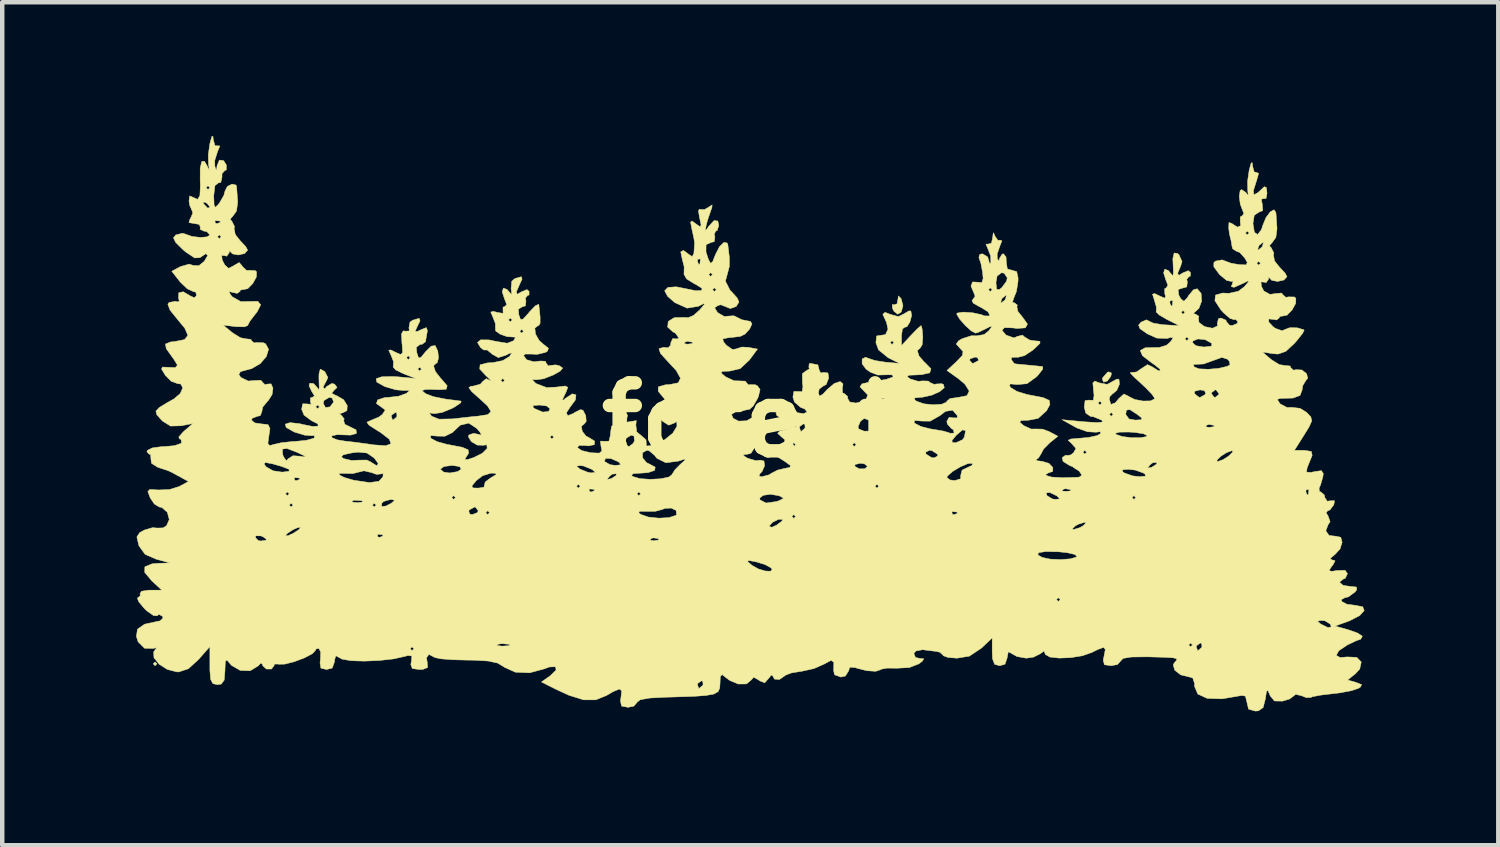
<source format=kicad_pcb>
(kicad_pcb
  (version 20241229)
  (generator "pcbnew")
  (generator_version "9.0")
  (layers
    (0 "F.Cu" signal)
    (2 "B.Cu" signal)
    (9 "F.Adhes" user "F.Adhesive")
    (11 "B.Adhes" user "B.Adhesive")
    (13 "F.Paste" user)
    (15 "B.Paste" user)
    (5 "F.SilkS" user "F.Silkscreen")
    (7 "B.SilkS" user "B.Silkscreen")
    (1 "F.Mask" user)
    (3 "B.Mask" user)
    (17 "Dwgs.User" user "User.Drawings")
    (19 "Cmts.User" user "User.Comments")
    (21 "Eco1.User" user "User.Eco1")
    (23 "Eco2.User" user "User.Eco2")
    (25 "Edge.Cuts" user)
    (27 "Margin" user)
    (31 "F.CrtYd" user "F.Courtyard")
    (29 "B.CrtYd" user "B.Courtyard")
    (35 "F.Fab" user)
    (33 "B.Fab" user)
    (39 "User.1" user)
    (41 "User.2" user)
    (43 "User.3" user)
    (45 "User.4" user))
  (footprint "forest"
    (layer "F.Cu")
    (at 13.759 6.361)
    (property "Reference" "forest" (at 0 0 0) (layer "F.SilkS") (effects (font (size 1.524 1.524) (thickness 0.3))))
    (attr through_hole)
    (fp_poly (pts (xy -13.293 5.461) (xy -13.335 5.503) (xy -13.377 5.461) (xy -13.335 5.419) (xy -13.293 5.461)) (stroke (width 0.01) (type solid)) (fill yes) (layer "F.SilkS"))
    (fp_poly (pts (xy 8.091 -1.055) (xy 8.077 -0.981) (xy 7.998 -0.874) (xy 7.914 -0.85) (xy 7.886 -0.919) (xy 7.893 -0.947) (xy 7.997 -1.067) (xy 8.028 -1.081) (xy 8.091 -1.055)) (stroke (width 0.01) (type solid)) (fill yes) (layer "F.SilkS"))
    (fp_poly (pts (xy 3.377 -2.722) (xy 3.38 -2.717) (xy 3.42 -2.561) (xy 3.381 -2.42) (xy 3.302 -2.371) (xy 3.218 -2.438) (xy 3.185 -2.502) (xy 3.179 -2.589) (xy 3.218 -2.582) (xy 3.288 -2.605) (xy 3.303 -2.683) (xy 3.319 -2.782) (xy 3.377 -2.722)) (stroke (width 0.01) (type solid)) (fill yes) (layer "F.SilkS"))
    (fp_poly (pts (xy -12.038 -6.355) (xy -12.031 -6.282) (xy -11.993 -6.147) (xy -11.93 -6.144) (xy -11.883 -6.141) (xy -11.935 -6.017) (xy -11.998 -5.816) (xy -11.996 -5.689) (xy -11.964 -5.592) (xy -11.95 -5.662) (xy -11.948 -5.694) (xy -11.895 -5.825) (xy -11.8 -5.813) (xy -11.738 -5.715) (xy -11.738 -5.606) (xy -11.775 -5.588) (xy -11.836 -5.52) (xy -11.836 -5.44) (xy -11.862 -5.326) (xy -11.917 -5.313) (xy -11.994 -5.253) (xy -12.02 -5.034) (xy -12.02 -5.016) (xy -12.013 -4.818) (xy -11.984 -4.766) (xy -11.913 -4.837) (xy -11.893 -4.863) (xy -11.795 -5.031) (xy -11.769 -5.129) (xy -11.717 -5.233) (xy -11.61 -5.287) (xy -11.521 -5.265) (xy -11.508 -5.226) (xy -11.497 -5.068) (xy -11.484 -4.884) (xy -11.51 -4.684) (xy -11.586 -4.578) (xy -11.653 -4.498) (xy -11.614 -4.454) (xy -11.555 -4.337) (xy -11.564 -4.289) (xy -11.538 -4.158) (xy -11.433 -4.024) (xy -11.306 -3.889) (xy -11.261 -3.807) (xy -11.329 -3.731) (xy -11.473 -3.699) (xy -11.602 -3.724) (xy -11.631 -3.755) (xy -11.668 -3.794) (xy -11.677 -3.742) (xy -11.731 -3.671) (xy -11.769 -3.683) (xy -11.843 -3.689) (xy -11.831 -3.587) (xy -11.774 -3.477) (xy -11.688 -3.399) (xy -11.571 -3.459) (xy -11.564 -3.465) (xy -11.451 -3.53) (xy -11.387 -3.458) (xy -11.382 -3.444) (xy -11.284 -3.352) (xy -11.22 -3.355) (xy -11.091 -3.349) (xy -11.061 -3.322) (xy -11.066 -3.205) (xy -11.147 -3.058) (xy -11.259 -2.944) (xy -11.351 -2.925) (xy -11.425 -2.914) (xy -11.43 -2.886) (xy -11.494 -2.839) (xy -11.578 -2.855) (xy -11.677 -2.881) (xy -11.65 -2.818) (xy -11.608 -2.764) (xy -11.414 -2.654) (xy -11.248 -2.657) (xy -11.034 -2.661) (xy -10.968 -2.582) (xy -11.05 -2.422) (xy -11.093 -2.369) (xy -11.212 -2.214) (xy -11.261 -2.118) (xy -11.334 -2.089) (xy -11.513 -2.092) (xy -11.536 -2.095) (xy -11.811 -2.128) (xy -11.599 -1.955) (xy -11.422 -1.845) (xy -11.286 -1.818) (xy -11.282 -1.819) (xy -11.186 -1.808) (xy -11.176 -1.778) (xy -11.115 -1.729) (xy -11.07 -1.737) (xy -10.908 -1.732) (xy -10.859 -1.709) (xy -10.792 -1.587) (xy -10.842 -1.424) (xy -10.978 -1.265) (xy -11.172 -1.152) (xy -11.242 -1.134) (xy -11.421 -1.086) (xy -11.458 -1.023) (xy -11.417 -0.958) (xy -11.248 -0.875) (xy -11.119 -0.885) (xy -10.965 -0.892) (xy -10.922 -0.843) (xy -10.87 -0.791) (xy -10.837 -0.805) (xy -10.737 -0.812) (xy -10.694 -0.716) (xy -10.713 -0.573) (xy -10.796 -0.44) (xy -10.809 -0.43) (xy -10.924 -0.29) (xy -10.943 -0.189) (xy -10.978 -0.099) (xy -11.042 -0.085) (xy -11.159 -0.041) (xy -11.176 0) (xy -11.103 0.063) (xy -10.954 0.085) (xy -10.804 0.102) (xy -10.761 0.187) (xy -10.784 0.348) (xy -10.808 0.523) (xy -10.767 0.572) (xy -10.689 0.549) (xy -10.511 0.508) (xy -10.256 0.48) (xy -10.188 0.477) (xy -9.951 0.454) (xy -9.789 0.41) (xy -9.765 0.394) (xy -9.765 0.347) (xy -9.821 0.35) (xy -9.981 0.338) (xy -10.203 0.272) (xy -10.229 0.261) (xy -10.398 0.164) (xy -10.418 0.091) (xy -10.312 0.057) (xy -10.099 0.08) (xy -10.015 0.101) (xy -9.798 0.143) (xy -9.682 0.134) (xy -9.688 0.085) (xy -9.833 0.012) (xy -9.998 -0.112) (xy -10.051 -0.24) (xy -10.041 -0.296) (xy -9.737 -0.296) (xy -9.694 -0.254) (xy -9.652 -0.296) (xy -9.694 -0.339) (xy -9.737 -0.296) (xy -10.041 -0.296) (xy -10.028 -0.365) (xy -9.929 -0.362) (xy -9.838 -0.353) (xy -9.844 -0.374) (xy -9.567 -0.374) (xy -9.518 -0.281) (xy -9.416 -0.296) (xy -9.333 -0.407) (xy -9.37 -0.494) (xy -9.433 -0.508) (xy -9.55 -0.44) (xy -9.567 -0.374) (xy -9.844 -0.374) (xy -9.855 -0.409) (xy -9.855 -0.497) (xy -9.816 -0.508) (xy -9.763 -0.541) (xy -9.823 -0.637) (xy -9.885 -0.768) (xy -9.871 -0.825) (xy -9.783 -0.818) (xy -9.729 -0.76) (xy -9.663 -0.678) (xy -9.657 -0.744) (xy -9.659 -0.762) (xy -9.665 -0.96) (xy -9.662 -1.041) (xy -9.634 -1.142) (xy -9.546 -1.095) (xy -9.532 -1.083) (xy -9.463 -0.954) (xy -9.49 -0.893) (xy -9.562 -0.757) (xy -9.566 -0.724) (xy -9.531 -0.703) (xy -9.491 -0.752) (xy -9.375 -0.821) (xy -9.314 -0.805) (xy -9.258 -0.731) (xy -9.325 -0.667) (xy -9.379 -0.601) (xy -9.279 -0.549) (xy -9.258 -0.543) (xy -9.11 -0.455) (xy -9.03 -0.326) (xy -9.037 -0.21) (xy -9.131 -0.163) (xy -9.207 -0.141) (xy -9.165 -0.113) (xy -9.098 -0.027) (xy -9.11 0.013) (xy -9.083 0.095) (xy -8.983 0.143) (xy -8.832 0.219) (xy -8.824 0.3) (xy -8.956 0.337) (xy -8.996 0.335) (xy -9.259 0.327) (xy -9.379 0.355) (xy -9.37 0.395) (xy -9.252 0.443) (xy -9.081 0.471) (xy -8.852 0.497) (xy -8.555 0.537) (xy -8.445 0.554) (xy -8.17 0.574) (xy -8.05 0.531) (xy -8.087 0.43) (xy -8.13 0.396) (xy -7.165 0.396) (xy -7.153 0.41) (xy -7.018 0.482) (xy -6.793 0.545) (xy -6.729 0.556) (xy -6.453 0.609) (xy -6.321 0.666) (xy -6.31 0.743) (xy -6.355 0.811) (xy -6.399 0.883) (xy -6.329 0.882) (xy -6.197 0.84) (xy -6.004 0.743) (xy -5.896 0.635) (xy -5.895 0.633) (xy -5.904 0.553) (xy -5.974 0.564) (xy -6.117 0.56) (xy -6.252 0.481) (xy -6.311 0.381) (xy -4.487 0.381) (xy -4.445 0.423) (xy -4.403 0.381) (xy -4.445 0.339) (xy -4.487 0.381) (xy -6.311 0.381) (xy -6.315 0.374) (xy -6.304 0.333) (xy -6.199 0.297) (xy -6.114 0.314) (xy -6.025 0.337) (xy -6.048 0.282) (xy -6.128 0.186) (xy -6.307 0.068) (xy -6.498 0.114) (xy -6.675 0.28) (xy -6.842 0.362) (xy -7.007 0.359) (xy -7.159 0.347) (xy -7.165 0.396) (xy -8.13 0.396) (xy -8.284 0.277) (xy -8.36 0.231) (xy -8.543 0.113) (xy -8.589 0.047) (xy -8.514 0.013) (xy -8.317 -0.07) (xy -8.298 -0.085) (xy -8.043 -0.085) (xy -8.014 -0.002) (xy -8.006 0) (xy -7.934 -0.059) (xy -7.916 -0.085) (xy -7.923 -0.163) (xy -7.954 -0.169) (xy -8.04 -0.108) (xy -8.043 -0.085) (xy -8.298 -0.085) (xy -8.242 -0.128) (xy -8.178 -0.226) (xy -8.257 -0.285) (xy -8.376 -0.371) (xy -8.348 -0.453) (xy -8.192 -0.504) (xy -8.107 -0.509) (xy -7.874 -0.536) (xy -7.705 -0.598) (xy -7.633 -0.661) (xy -7.713 -0.666) (xy -7.747 -0.662) (xy -7.939 -0.678) (xy -8.179 -0.748) (xy -8.197 -0.755) (xy -8.368 -0.852) (xy -8.382 -0.927) (xy -8.253 -0.971) (xy -7.992 -0.976) (xy -7.879 -0.968) (xy -7.493 -0.932) (xy -7.773 -1.04) (xy -7.943 -1.123) (xy -7.961 -1.143) (xy -7.451 -1.143) (xy -7.408 -1.101) (xy -7.366 -1.143) (xy -7.408 -1.185) (xy -7.451 -1.143) (xy -7.961 -1.143) (xy -8.004 -1.192) (xy -7.999 -1.201) (xy -7.993 -1.308) (xy -8.027 -1.397) (xy -7.705 -1.397) (xy -7.662 -1.355) (xy -7.62 -1.397) (xy -7.662 -1.439) (xy -7.705 -1.397) (xy -8.027 -1.397) (xy -8.043 -1.438) (xy -8.101 -1.566) (xy -8.052 -1.571) (xy -7.955 -1.522) (xy -7.834 -1.469) (xy -7.79 -1.51) (xy -7.799 -1.679) (xy -7.805 -1.73) (xy -7.815 -1.932) (xy -7.773 -2) (xy -7.721 -1.991) (xy -7.637 -1.998) (xy -7.648 -2.066) (xy -7.624 -2.195) (xy -7.565 -2.237) (xy -7.417 -2.28) (xy -7.399 -2.224) (xy -7.454 -2.11) (xy -7.509 -1.988) (xy -7.455 -1.987) (xy -7.38 -2.024) (xy -7.257 -2.072) (xy -7.234 -2.005) (xy -7.24 -1.967) (xy -7.268 -1.806) (xy -7.275 -1.757) (xy -7.35 -1.699) (xy -7.4 -1.693) (xy -7.483 -1.632) (xy -7.472 -1.513) (xy -7.433 -1.394) (xy -7.381 -1.401) (xy -7.274 -1.533) (xy -7.15 -1.655) (xy -7.06 -1.67) (xy -7.06 -1.669) (xy -7.001 -1.546) (xy -6.985 -1.39) (xy -7.016 -1.282) (xy -7.041 -1.27) (xy -7.096 -1.216) (xy -7.054 -1.086) (xy -6.934 -0.933) (xy -6.921 -0.921) (xy -6.791 -0.769) (xy -6.812 -0.691) (xy -6.964 -0.681) (xy -7.176 -0.688) (xy -7.281 -0.684) (xy -7.358 -0.661) (xy -7.286 -0.601) (xy -7.268 -0.59) (xy -7.1 -0.525) (xy -6.823 -0.47) (xy -6.477 -0.425) (xy -6.488 -0.386) (xy -6.617 -0.298) (xy -6.686 -0.26) (xy -6.907 -0.17) (xy -7.083 -0.144) (xy -7.109 -0.149) (xy -7.191 -0.162) (xy -7.141 -0.088) (xy -6.976 -0.021) (xy -6.665 -0.027) (xy -6.633 -0.031) (xy -6.364 -0.062) (xy -6.154 -0.084) (xy -6.096 -0.089) (xy -5.879 -0.123) (xy -5.81 -0.193) (xy -5.889 -0.319) (xy -5.895 -0.325) (xy -4.868 -0.325) (xy -4.864 -0.281) (xy -4.826 -0.254) (xy -4.647 -0.179) (xy -4.518 -0.193) (xy -4.487 -0.254) (xy -4.56 -0.315) (xy -4.72 -0.337) (xy -4.868 -0.325) (xy -5.895 -0.325) (xy -6.054 -0.471) (xy -6.241 -0.638) (xy -6.306 -0.725) (xy -6.264 -0.758) (xy -6.209 -0.761) (xy -6.047 -0.805) (xy -5.99 -0.868) (xy -5.915 -0.928) (xy -5.831 -0.889) (xy -5.801 -0.879) (xy -5.812 -0.889) (xy -5.588 -0.889) (xy -5.546 -0.847) (xy -5.503 -0.889) (xy -5.546 -0.931) (xy -5.588 -0.889) (xy -5.812 -0.889) (xy -5.884 -0.96) (xy -5.919 -0.991) (xy -6.062 -1.145) (xy -6.054 -1.238) (xy -5.89 -1.281) (xy -5.766 -1.288) (xy -5.545 -1.333) (xy -5.397 -1.424) (xy -5.339 -1.507) (xy -5.399 -1.493) (xy -5.476 -1.453) (xy -5.645 -1.4) (xy -5.782 -1.476) (xy -5.794 -1.488) (xy -5.897 -1.572) (xy -5.927 -1.569) (xy -5.976 -1.573) (xy -6.044 -1.626) (xy -6.112 -1.738) (xy -6.04 -1.798) (xy -5.851 -1.796) (xy -5.694 -1.762) (xy -5.445 -1.722) (xy -5.303 -1.777) (xy -5.261 -1.853) (xy -5.292 -1.86) (xy -5.447 -1.869) (xy -5.607 -1.926) (xy -5.693 -1.99) (xy -5.165 -1.99) (xy -5.122 -1.947) (xy -5.08 -1.99) (xy -5.122 -2.032) (xy -5.165 -1.99) (xy -5.693 -1.99) (xy -5.707 -2) (xy -5.71 -2.04) (xy -5.711 -2.163) (xy -5.742 -2.244) (xy -5.419 -2.244) (xy -5.376 -2.201) (xy -5.334 -2.244) (xy -5.376 -2.286) (xy -5.419 -2.244) (xy -5.742 -2.244) (xy -5.761 -2.292) (xy -5.815 -2.42) (xy -5.754 -2.436) (xy -5.669 -2.412) (xy -5.538 -2.391) (xy -5.54 -2.446) (xy -5.54 -2.531) (xy -5.505 -2.54) (xy -5.456 -2.585) (xy -5.507 -2.717) (xy -5.559 -2.876) (xy -5.53 -2.958) (xy -5.446 -2.924) (xy -5.407 -2.876) (xy -5.348 -2.813) (xy -5.351 -2.897) (xy -5.36 -2.937) (xy -5.344 -3.111) (xy -5.275 -3.17) (xy -5.129 -3.212) (xy -5.113 -3.156) (xy -5.162 -3.054) (xy -5.241 -2.873) (xy -5.221 -2.817) (xy -5.13 -2.872) (xy -5.004 -2.924) (xy -4.956 -2.883) (xy -4.957 -2.802) (xy -4.988 -2.794) (xy -5.039 -2.732) (xy -5.026 -2.667) (xy -5.039 -2.558) (xy -5.105 -2.54) (xy -5.196 -2.485) (xy -5.187 -2.363) (xy -5.149 -2.256) (xy -5.092 -2.261) (xy -4.977 -2.386) (xy -4.944 -2.427) (xy -4.816 -2.56) (xy -4.743 -2.594) (xy -4.737 -2.582) (xy -4.709 -2.311) (xy -4.709 -2.17) (xy -4.738 -2.12) (xy -4.755 -2.117) (xy -4.827 -2.059) (xy -4.812 -1.927) (xy -4.728 -1.78) (xy -4.642 -1.704) (xy -4.522 -1.611) (xy -4.543 -1.546) (xy -4.588 -1.517) (xy -4.775 -1.472) (xy -4.899 -1.479) (xy -5.041 -1.48) (xy -5.08 -1.444) (xy -5.009 -1.351) (xy -4.85 -1.306) (xy -4.699 -1.324) (xy -4.59 -1.318) (xy -4.572 -1.274) (xy -4.525 -1.212) (xy -4.495 -1.223) (xy -4.358 -1.237) (xy -4.272 -1.215) (xy -4.203 -1.165) (xy -4.26 -1.097) (xy -4.41 -1.012) (xy -4.629 -0.926) (xy -4.803 -0.902) (xy -4.823 -0.906) (xy -4.888 -0.909) (xy -4.813 -0.83) (xy -4.798 -0.818) (xy -4.561 -0.728) (xy -4.343 -0.739) (xy -4.149 -0.764) (xy -4.088 -0.734) (xy -4.13 -0.623) (xy -4.149 -0.584) (xy -4.211 -0.452) (xy -4.186 -0.448) (xy -4.142 -0.487) (xy -3.986 -0.588) (xy -3.905 -0.564) (xy -3.919 -0.45) (xy -4.032 -0.298) (xy -4.121 -0.162) (xy -4.089 -0.099) (xy -3.962 -0.149) (xy -3.937 -0.169) (xy -3.806 -0.234) (xy -3.749 -0.221) (xy -3.687 -0.102) (xy -3.676 0.028) (xy -3.719 0.085) (xy -3.785 0.138) (xy -3.764 0.253) (xy -3.678 0.36) (xy -3.627 0.385) (xy -3.487 0.47) (xy -3.494 0.551) (xy -3.632 0.579) (xy -3.686 0.571) (xy -3.838 0.568) (xy -3.873 0.616) (xy -3.778 0.683) (xy -3.585 0.729) (xy -3.568 0.732) (xy -3.383 0.74) (xy -3.325 0.69) (xy -3.344 0.593) (xy -3.349 0.55) (xy -3.048 0.55) (xy -3.006 0.593) (xy -2.963 0.55) (xy -3.006 0.508) (xy -3.048 0.55) (xy -3.349 0.55) (xy -3.359 0.472) (xy -3.272 0.473) (xy -3.265 0.475) (xy -3.167 0.472) (xy -3.165 0.466) (xy -2.794 0.466) (xy -2.753 0.578) (xy -2.718 0.593) (xy -2.626 0.525) (xy -2.594 0.466) (xy -2.607 0.356) (xy -2.67 0.339) (xy -2.78 0.406) (xy -2.794 0.466) (xy -3.165 0.466) (xy -3.144 0.381) (xy -2.963 0.381) (xy -2.921 0.423) (xy -2.879 0.381) (xy -2.921 0.339) (xy -2.963 0.381) (xy -3.144 0.381) (xy -3.133 0.337) (xy -3.133 0.296) (xy -3.108 0.134) (xy -3.022 0.11) (xy -3.004 0.116) (xy -2.92 0.129) (xy -2.942 0.042) (xy -2.97 -0.012) (xy -3.021 -0.135) (xy -2.972 -0.133) (xy -2.972 -0.132) (xy -2.888 -0.134) (xy -2.879 -0.169) (xy -2.828 -0.226) (xy -2.798 -0.214) (xy -2.752 -0.104) (xy -2.765 -0.039) (xy -2.766 0.047) (xy -2.662 0.029) (xy -2.554 0.012) (xy -2.564 0.109) (xy -2.564 0.111) (xy -2.546 0.264) (xy -2.45 0.342) (xy -2.337 0.442) (xy -2.331 0.512) (xy -2.329 0.58) (xy -2.214 0.572) (xy -2.022 0.495) (xy -1.913 0.436) (xy -1.736 0.292) (xy -1.645 0.142) (xy -1.643 0.134) (xy -1.648 0.033) (xy -1.715 0.072) (xy -1.829 0.114) (xy -1.963 0.028) (xy -2.098 -0.131) (xy -2.077 -0.225) (xy -1.909 -0.254) (xy -1.701 -0.254) (xy -1.918 -0.471) (xy -2.063 -0.645) (xy -2.061 -0.745) (xy -1.904 -0.79) (xy -1.808 -0.796) (xy -1.613 -0.835) (xy -1.564 -0.938) (xy -1.661 -1.112) (xy -1.836 -1.3) (xy -2.012 -1.493) (xy -2.047 -1.6) (xy -1.943 -1.63) (xy -1.841 -1.619) (xy -1.786 -1.678) (xy -1.781 -1.714) (xy -1.487 -1.714) (xy -1.404 -1.7) (xy -1.294 -1.716) (xy -1.293 -1.744) (xy -1.406 -1.765) (xy -1.455 -1.751) (xy -1.487 -1.714) (xy -1.781 -1.714) (xy -1.778 -1.741) (xy -1.737 -1.828) (xy -1.693 -1.82) (xy -1.615 -1.822) (xy -1.609 -1.849) (xy -1.676 -1.946) (xy -1.736 -1.978) (xy -1.852 -2.083) (xy -1.839 -2.21) (xy -1.711 -2.291) (xy -1.672 -2.296) (xy -1.479 -2.3) (xy -1.389 -2.295) (xy -1.271 -2.345) (xy -1.135 -2.467) (xy -1.028 -2.593) (xy -1.04 -2.611) (xy -1.164 -2.549) (xy -1.415 -2.508) (xy -1.691 -2.632) (xy -1.853 -2.773) (xy -1.919 -2.897) (xy -1.847 -2.972) (xy -1.663 -2.986) (xy -1.466 -2.948) (xy -1.222 -2.898) (xy -1.088 -2.903) (xy -1.086 -2.921) (xy -0.847 -2.921) (xy -0.804 -2.879) (xy -0.762 -2.921) (xy -0.804 -2.963) (xy -0.847 -2.921) (xy -1.086 -2.921) (xy -1.083 -2.953) (xy -1.225 -3.041) (xy -1.253 -3.054) (xy -1.428 -3.163) (xy -1.482 -3.26) (xy -0.931 -3.26) (xy -0.889 -3.217) (xy -0.847 -3.26) (xy -0.889 -3.302) (xy -0.931 -3.26) (xy -1.482 -3.26) (xy -1.488 -3.27) (xy -1.485 -3.281) (xy -1.482 -3.436) (xy -1.513 -3.556) (xy -1.185 -3.556) (xy -1.154 -3.486) (xy -1.129 -3.5) (xy -1.119 -3.6) (xy -1.129 -3.612) (xy -1.179 -3.601) (xy -1.185 -3.556) (xy -1.513 -3.556) (xy -1.524 -3.599) (xy -1.559 -3.768) (xy -1.498 -3.802) (xy -1.372 -3.708) (xy -1.301 -3.663) (xy -1.265 -3.729) (xy -1.25 -3.933) (xy -1.249 -3.979) (xy -1.266 -4.084) (xy -1.307 -4.269) (xy -1.338 -4.433) (xy -1.306 -4.46) (xy -1.219 -4.396) (xy -1.122 -4.329) (xy -1.103 -4.376) (xy -1.136 -4.529) (xy -1.162 -4.685) (xy -1.142 -4.725) (xy -1.137 -4.721) (xy -1.03 -4.715) (xy -0.944 -4.763) (xy -0.855 -4.821) (xy -0.863 -4.75) (xy -0.883 -4.699) (xy -0.96 -4.472) (xy -0.989 -4.36) (xy -1.009 -4.245) (xy -0.968 -4.286) (xy -0.933 -4.339) (xy -0.813 -4.469) (xy -0.728 -4.46) (xy -0.706 -4.36) (xy -0.742 -4.248) (xy -0.773 -4.233) (xy -0.808 -4.171) (xy -0.793 -4.106) (xy -0.807 -3.998) (xy -0.88 -3.979) (xy -0.991 -3.929) (xy -0.993 -3.767) (xy -0.94 -3.603) (xy -0.89 -3.511) (xy -0.842 -3.551) (xy -0.781 -3.708) (xy -0.69 -3.886) (xy -0.59 -3.981) (xy -0.516 -3.966) (xy -0.501 -3.916) (xy -0.487 -3.79) (xy -0.469 -3.641) (xy -0.469 -3.446) (xy -0.495 -3.344) (xy -0.558 -3.113) (xy -0.454 -2.908) (xy -0.418 -2.874) (xy -0.293 -2.735) (xy -0.254 -2.645) (xy -0.318 -2.544) (xy -0.448 -2.498) (xy -0.55 -2.54) (xy -0.659 -2.583) (xy -0.72 -2.57) (xy -0.799 -2.517) (xy -0.745 -2.427) (xy -0.718 -2.399) (xy -0.582 -2.321) (xy -0.509 -2.328) (xy -0.369 -2.337) (xy -0.318 -2.313) (xy -0.189 -2.248) (xy -0.021 -2.215) (xy 0.001 -2.212) (xy 0.037 -2.154) (xy -0.015 -2.04) (xy -0.118 -1.927) (xy -0.223 -1.875) (xy -0.405 -1.853) (xy -0.505 -1.843) (xy -0.617 -1.819) (xy -0.598 -1.75) (xy -0.532 -1.673) (xy -0.399 -1.581) (xy -0.319 -1.594) (xy -0.187 -1.637) (xy -0.042 -1.629) (xy 0.161 -1.591) (xy -0.02 -1.346) (xy -0.226 -1.153) (xy -0.46 -1.098) (xy -0.632 -1.09) (xy -0.654 -1.054) (xy -0.55 -0.967) (xy -0.363 -0.881) (xy -0.233 -0.877) (xy -0.11 -0.872) (xy -0.085 -0.834) (xy -0.036 -0.785) (xy -0.017 -0.794) (xy 0.106 -0.793) (xy 0.157 -0.77) (xy 0.219 -0.686) (xy 0.184 -0.535) (xy 0.16 -0.479) (xy 0.064 -0.314) (xy -0.014 -0.243) (xy -0.16 -0.214) (xy -0.169 -0.212) (xy -0.332 -0.181) (xy -0.339 -0.18) (xy -0.422 -0.126) (xy -0.382 -0.038) (xy -0.261 0.023) (xy -0.083 0.016) (xy -0.007 -0.027) (xy 0.072 -0.074) (xy 0.085 -0.027) (xy 0.156 0.065) (xy 0.26 0.111) (xy 0.381 0.169) (xy 0.367 0.282) (xy 0.342 0.332) (xy 0.238 0.469) (xy 0.166 0.508) (xy 0.094 0.577) (xy 0.085 0.635) (xy 0.015 0.744) (xy -0.064 0.765) (xy -0.164 0.775) (xy -0.117 0.821) (xy -0.058 0.856) (xy 0.124 0.909) (xy 0.22 0.897) (xy 0.306 0.916) (xy 0.32 1.023) (xy 0.264 1.152) (xy 0.212 1.205) (xy 0.198 1.258) (xy 0.258 1.269) (xy 0.426 1.224) (xy 0.47 1.193) (xy 0.611 1.121) (xy 0.762 1.084) (xy 0.889 1.059) (xy 0.895 1.034) (xy 2.34 1.034) (xy 2.439 1.092) (xy 2.566 1.091) (xy 2.625 1.034) (xy 2.554 0.979) (xy 2.462 0.968) (xy 2.347 0.995) (xy 2.34 1.034) (xy 0.895 1.034) (xy 0.899 1.019) (xy 0.782 0.932) (xy 0.684 0.87) (xy 0.446 0.72) (xy 3.928 0.72) (xy 3.937 0.762) (xy 4.059 0.839) (xy 4.116 0.847) (xy 4.2 0.804) (xy 4.191 0.762) (xy 4.069 0.685) (xy 4.012 0.677) (xy 3.928 0.72) (xy 0.446 0.72) (xy 0.394 0.687) (xy 0.619 0.585) (xy 0.683 0.55) (xy 0.931 0.55) (xy 0.974 0.593) (xy 1.016 0.55) (xy 2.117 0.55) (xy 2.159 0.593) (xy 2.201 0.55) (xy 2.286 0.55) (xy 2.328 0.593) (xy 2.371 0.55) (xy 2.328 0.508) (xy 2.286 0.55) (xy 2.201 0.55) (xy 2.159 0.508) (xy 2.117 0.55) (xy 1.016 0.55) (xy 0.974 0.508) (xy 0.931 0.55) (xy 0.683 0.55) (xy 0.767 0.505) (xy 0.772 0.461) (xy 4.515 0.461) (xy 4.532 0.504) (xy 4.604 0.508) (xy 4.755 0.44) (xy 4.797 0.377) (xy 4.822 0.234) (xy 4.754 0.22) (xy 4.615 0.338) (xy 4.515 0.461) (xy 0.772 0.461) (xy 0.775 0.441) (xy 0.697 0.375) (xy 0.612 0.296) (xy 0.658 0.246) (xy 0.796 0.206) (xy 0.943 0.169) (xy 1.101 0.169) (xy 1.13 0.252) (xy 1.138 0.254) (xy 1.21 0.195) (xy 1.228 0.169) (xy 1.226 0.152) (xy 2.413 0.152) (xy 2.428 0.198) (xy 2.548 0.248) (xy 2.698 0.246) (xy 2.79 0.197) (xy 2.794 0.18) (xy 2.736 0.068) (xy 2.723 0.054) (xy 3.67 0.054) (xy 3.685 0.072) (xy 3.821 0.143) (xy 4.046 0.2) (xy 4.099 0.207) (xy 4.32 0.245) (xy 4.457 0.285) (xy 4.471 0.294) (xy 4.558 0.292) (xy 4.565 0.285) (xy 4.549 0.214) (xy 4.508 0.193) (xy 4.413 0.087) (xy 4.403 0.026) (xy 4.456 -0.063) (xy 4.537 -0.051) (xy 4.636 -0.049) (xy 4.637 -0.1) (xy 4.534 -0.221) (xy 4.373 -0.196) (xy 4.248 -0.1) (xy 4.03 0.024) (xy 3.841 0.022) (xy 3.682 0.008) (xy 3.67 0.054) (xy 2.723 0.054) (xy 2.678 0.009) (xy 2.552 -0.038) (xy 2.467 0.028) (xy 2.413 0.152) (xy 1.226 0.152) (xy 1.221 0.091) (xy 1.19 0.085) (xy 1.104 0.146) (xy 1.101 0.169) (xy 0.943 0.169) (xy 1.042 0.145) (xy 0.764 0.001) (xy 0.595 -0.101) (xy 0.572 -0.166) (xy 0.619 -0.194) (xy 0.792 -0.208) (xy 1.011 -0.171) (xy 1.193 -0.145) (xy 1.272 -0.18) (xy 1.223 -0.246) (xy 1.138 -0.282) (xy 1.992 -0.282) (xy 2.001 -0.212) (xy 2.088 -0.132) (xy 2.18 -0.177) (xy 2.201 -0.259) (xy 2.133 -0.33) (xy 2.077 -0.339) (xy 1.992 -0.282) (xy 1.138 -0.282) (xy 1.119 -0.291) (xy 0.989 -0.405) (xy 0.954 -0.515) (xy 0.977 -0.643) (xy 1.073 -0.641) (xy 1.161 -0.637) (xy 1.179 -0.747) (xy 1.167 -0.846) (xy 1.166 -1.039) (xy 1.246 -1.101) (xy 1.247 -1.101) (xy 1.323 -1.146) (xy 1.312 -1.185) (xy 1.319 -1.263) (xy 1.35 -1.27) (xy 1.514 -1.237) (xy 1.542 -1.128) (xy 1.541 -1.123) (xy 1.577 -1.056) (xy 1.643 -1.067) (xy 1.74 -1.056) (xy 1.755 -0.939) (xy 1.7 -0.797) (xy 1.633 -0.762) (xy 1.542 -0.693) (xy 1.527 -0.614) (xy 1.547 -0.536) (xy 1.622 -0.577) (xy 1.721 -0.683) (xy 1.881 -0.82) (xy 2.013 -0.864) (xy 2.077 -0.81) (xy 2.061 -0.714) (xy 2.067 -0.609) (xy 2.108 -0.593) (xy 2.181 -0.529) (xy 2.18 -0.487) (xy 2.227 -0.406) (xy 2.365 -0.382) (xy 2.525 -0.419) (xy 2.563 -0.444) (xy 2.831 -0.444) (xy 2.914 -0.43) (xy 3.024 -0.446) (xy 3.025 -0.474) (xy 2.912 -0.495) (xy 2.863 -0.481) (xy 2.831 -0.444) (xy 2.563 -0.444) (xy 2.592 -0.463) (xy 2.631 -0.562) (xy 2.55 -0.648) (xy 2.457 -0.745) (xy 2.503 -0.812) (xy 2.7 -0.858) (xy 2.821 -0.874) (xy 3.043 -0.912) (xy 3.186 -0.961) (xy 3.199 -0.971) (xy 3.181 -1.012) (xy 3.09 -1.015) (xy 2.86 -1.009) (xy 2.69 -1.074) (xy 2.595 -1.14) (xy 2.505 -1.26) (xy 2.505 -1.369) (xy 2.583 -1.408) (xy 2.649 -1.382) (xy 2.794 -1.334) (xy 3.02 -1.298) (xy 3.045 -1.296) (xy 3.344 -1.269) (xy 3.087 -1.398) (xy 2.872 -1.573) (xy 2.814 -1.734) (xy 2.814 -1.736) (xy 3.133 -1.736) (xy 3.175 -1.693) (xy 3.217 -1.736) (xy 3.175 -1.778) (xy 3.133 -1.736) (xy 2.814 -1.736) (xy 2.83 -1.885) (xy 2.911 -1.897) (xy 3.029 -1.915) (xy 3.084 -2.036) (xy 3.05 -2.195) (xy 3.041 -2.209) (xy 2.969 -2.368) (xy 3.018 -2.414) (xy 3.138 -2.368) (xy 3.318 -2.319) (xy 3.436 -2.377) (xy 3.555 -2.446) (xy 3.597 -2.443) (xy 3.614 -2.341) (xy 3.576 -2.199) (xy 3.51 -2.092) (xy 3.462 -2.08) (xy 3.408 -2.043) (xy 3.387 -1.898) (xy 3.387 -1.669) (xy 3.594 -1.893) (xy 3.737 -2.04) (xy 3.822 -2.114) (xy 3.828 -2.117) (xy 3.849 -2.043) (xy 3.864 -1.865) (xy 3.865 -1.863) (xy 3.85 -1.685) (xy 3.801 -1.609) (xy 3.8 -1.609) (xy 3.741 -1.556) (xy 3.78 -1.436) (xy 3.895 -1.302) (xy 3.916 -1.286) (xy 4.048 -1.149) (xy 4.019 -1.058) (xy 3.828 -1.016) (xy 3.747 -1.013) (xy 3.554 -1.005) (xy 3.511 -0.975) (xy 3.582 -0.922) (xy 3.762 -0.868) (xy 3.855 -0.878) (xy 3.989 -0.874) (xy 4.025 -0.842) (xy 4.127 -0.797) (xy 4.155 -0.808) (xy 4.29 -0.815) (xy 4.329 -0.797) (xy 4.345 -0.725) (xy 4.242 -0.637) (xy 4.065 -0.558) (xy 3.86 -0.513) (xy 3.81 -0.51) (xy 3.674 -0.495) (xy 3.691 -0.447) (xy 3.725 -0.423) (xy 3.887 -0.365) (xy 4.096 -0.343) (xy 4.287 -0.355) (xy 4.396 -0.402) (xy 4.403 -0.423) (xy 4.476 -0.483) (xy 4.654 -0.508) (xy 4.657 -0.508) (xy 4.854 -0.547) (xy 4.904 -0.652) (xy 4.806 -0.807) (xy 4.658 -0.931) (xy 4.405 -1.111) (xy 4.616 -1.306) (xy 4.649 -1.341) (xy 4.911 -1.341) (xy 4.975 -1.271) (xy 4.99 -1.27) (xy 5.107 -1.331) (xy 5.114 -1.341) (xy 5.088 -1.402) (xy 5.034 -1.411) (xy 4.924 -1.372) (xy 4.911 -1.341) (xy 4.649 -1.341) (xy 4.75 -1.447) (xy 4.765 -1.536) (xy 4.694 -1.613) (xy 4.613 -1.704) (xy 4.667 -1.777) (xy 4.748 -1.824) (xy 4.949 -1.889) (xy 5.078 -1.888) (xy 5.239 -1.917) (xy 5.34 -1.998) (xy 5.414 -2.097) (xy 5.367 -2.093) (xy 5.276 -2.046) (xy 5.119 -1.97) (xy 5.048 -1.947) (xy 4.949 -1.999) (xy 4.815 -2.12) (xy 4.692 -2.26) (xy 4.626 -2.369) (xy 4.631 -2.397) (xy 4.77 -2.419) (xy 4.982 -2.404) (xy 5.178 -2.362) (xy 5.239 -2.335) (xy 5.346 -2.332) (xy 5.364 -2.351) (xy 5.325 -2.426) (xy 5.173 -2.522) (xy 5.14 -2.537) (xy 4.992 -2.622) (xy 4.989 -2.63) (xy 5.609 -2.63) (xy 5.62 -2.625) (xy 5.698 -2.684) (xy 5.715 -2.709) (xy 5.737 -2.788) (xy 5.725 -2.794) (xy 5.648 -2.734) (xy 5.63 -2.709) (xy 5.609 -2.63) (xy 4.989 -2.63) (xy 4.965 -2.682) (xy 4.978 -2.689) (xy 5.036 -2.775) (xy 5.019 -2.822) (xy 4.978 -2.921) (xy 5.334 -2.921) (xy 5.376 -2.879) (xy 5.419 -2.921) (xy 5.376 -2.963) (xy 5.334 -2.921) (xy 4.978 -2.921) (xy 4.943 -3.003) (xy 4.98 -3.095) (xy 5.081 -3.09) (xy 5.187 -3.08) (xy 5.187 -3.08) (xy 5.503 -3.08) (xy 5.518 -2.931) (xy 5.579 -2.925) (xy 5.63 -2.963) (xy 5.738 -3.107) (xy 5.757 -3.185) (xy 5.689 -3.289) (xy 5.63 -3.302) (xy 5.529 -3.228) (xy 5.503 -3.08) (xy 5.187 -3.08) (xy 5.216 -3.172) (xy 5.205 -3.3) (xy 5.166 -3.511) (xy 5.121 -3.643) (xy 5.141 -3.713) (xy 5.202 -3.725) (xy 5.317 -3.656) (xy 5.341 -3.577) (xy 5.363 -3.499) (xy 5.389 -3.53) (xy 5.384 -3.677) (xy 5.331 -3.816) (xy 5.279 -3.942) (xy 5.326 -3.942) (xy 5.402 -3.963) (xy 5.428 -4.08) (xy 5.443 -4.197) (xy 5.471 -4.151) (xy 5.477 -4.126) (xy 5.547 -4.027) (xy 5.603 -4.031) (xy 5.637 -4.014) (xy 5.591 -3.9) (xy 5.53 -3.72) (xy 5.533 -3.615) (xy 5.571 -3.562) (xy 5.581 -3.619) (xy 5.641 -3.718) (xy 5.672 -3.725) (xy 5.729 -3.655) (xy 5.735 -3.535) (xy 5.758 -3.386) (xy 5.864 -3.356) (xy 5.968 -3.326) (xy 5.999 -3.185) (xy 5.997 -3.102) (xy 5.962 -2.88) (xy 5.901 -2.731) (xy 5.873 -2.639) (xy 5.921 -2.625) (xy 5.983 -2.576) (xy 5.972 -2.545) (xy 5.992 -2.438) (xy 6.107 -2.294) (xy 6.21 -2.15) (xy 6.162 -2.066) (xy 5.972 -2.053) (xy 5.884 -2.065) (xy 5.694 -2.071) (xy 5.638 -2.011) (xy 5.731 -1.904) (xy 5.906 -1.841) (xy 5.982 -1.874) (xy 6.099 -1.904) (xy 6.136 -1.867) (xy 6.256 -1.794) (xy 6.376 -1.775) (xy 6.489 -1.766) (xy 6.489 -1.72) (xy 6.37 -1.604) (xy 6.328 -1.567) (xy 6.142 -1.443) (xy 5.987 -1.404) (xy 5.968 -1.409) (xy 5.86 -1.405) (xy 5.842 -1.364) (xy 5.91 -1.269) (xy 5.948 -1.258) (xy 6.112 -1.242) (xy 6.265 -1.228) (xy 6.457 -1.209) (xy 6.552 -1.197) (xy 6.549 -1.138) (xy 6.448 -1.008) (xy 6.412 -0.97) (xy 6.198 -0.815) (xy 5.978 -0.796) (xy 5.971 -0.797) (xy 5.82 -0.811) (xy 5.809 -0.764) (xy 5.837 -0.726) (xy 5.975 -0.642) (xy 6.205 -0.572) (xy 6.28 -0.558) (xy 6.561 -0.504) (xy 6.697 -0.442) (xy 6.712 -0.349) (xy 6.636 -0.207) (xy 6.446 -0.037) (xy 6.234 0.003) (xy 6.062 0.011) (xy 6.037 0.048) (xy 6.125 0.124) (xy 6.293 0.201) (xy 6.394 0.199) (xy 6.549 0.203) (xy 6.698 0.259) (xy 6.89 0.362) (xy 6.705 0.512) (xy 6.569 0.65) (xy 6.519 0.747) (xy 6.453 0.853) (xy 6.413 0.875) (xy 6.406 0.907) (xy 6.536 0.925) (xy 6.54 0.925) (xy 6.69 0.97) (xy 6.777 1.061) (xy 6.776 1.15) (xy 6.675 1.185) (xy 6.618 1.22) (xy 6.632 1.242) (xy 6.753 1.277) (xy 6.994 1.291) (xy 7.307 1.282) (xy 7.371 1.277) (xy 7.428 1.233) (xy 7.367 1.143) (xy 7.325 1.115) (xy 8.331 1.115) (xy 8.348 1.162) (xy 8.382 1.185) (xy 8.565 1.25) (xy 8.721 1.267) (xy 8.857 1.255) (xy 8.84 1.209) (xy 8.805 1.185) (xy 8.622 1.12) (xy 8.467 1.103) (xy 8.331 1.115) (xy 7.325 1.115) (xy 7.266 1.077) (xy 8.899 1.077) (xy 8.983 1.059) (xy 8.999 1.053) (xy 9.103 0.986) (xy 9.104 0.948) (xy 9.014 0.957) (xy 8.952 1.005) (xy 8.899 1.077) (xy 7.266 1.077) (xy 7.22 1.045) (xy 7.141 1.011) (xy 7.006 0.924) (xy 7.001 0.899) (xy 10.452 0.899) (xy 10.466 0.931) (xy 10.594 0.885) (xy 10.715 0.807) (xy 10.809 0.715) (xy 10.795 0.683) (xy 10.667 0.73) (xy 10.546 0.807) (xy 10.452 0.899) (xy 7.001 0.899) (xy 6.988 0.841) (xy 7.067 0.784) (xy 7.087 0.794) (xy 7.175 0.782) (xy 7.237 0.737) (xy 7.247 0.72) (xy 7.451 0.72) (xy 7.493 0.762) (xy 7.535 0.72) (xy 7.493 0.677) (xy 7.451 0.72) (xy 7.247 0.72) (xy 7.295 0.636) (xy 7.207 0.533) (xy 7.12 0.451) (xy 7.186 0.423) (xy 7.239 0.419) (xy 7.578 0.389) (xy 7.777 0.345) (xy 7.853 0.298) (xy 7.852 0.296) (xy 8.177 0.296) (xy 8.19 0.32) (xy 8.331 0.368) (xy 8.534 0.394) (xy 8.735 0.395) (xy 8.869 0.371) (xy 8.89 0.346) (xy 8.814 0.308) (xy 8.621 0.277) (xy 8.488 0.268) (xy 8.27 0.27) (xy 8.177 0.296) (xy 7.852 0.296) (xy 7.838 0.261) (xy 7.74 0.272) (xy 7.553 0.261) (xy 7.319 0.177) (xy 7.274 0.153) (xy 7.267 0.149) (xy 10.197 0.149) (xy 10.28 0.163) (xy 10.39 0.147) (xy 10.391 0.118) (xy 10.278 0.098) (xy 10.229 0.111) (xy 10.197 0.149) (xy 7.267 0.149) (xy 6.985 -0.009) (xy 7.493 0.039) (xy 7.774 0.056) (xy 7.895 0.042) (xy 7.874 0.002) (xy 7.693 -0.073) (xy 7.62 -0.083) (xy 7.559 -0.127) (xy 8.043 -0.127) (xy 8.086 -0.085) (xy 8.128 -0.127) (xy 8.41 -0.127) (xy 8.484 -0.025) (xy 8.624 0) (xy 8.771 -0.008) (xy 8.763 -0.053) (xy 8.673 -0.124) (xy 8.504 -0.234) (xy 8.426 -0.224) (xy 8.41 -0.127) (xy 8.128 -0.127) (xy 8.086 -0.169) (xy 8.043 -0.127) (xy 7.559 -0.127) (xy 7.515 -0.158) (xy 7.481 -0.29) (xy 7.493 -0.381) (xy 7.789 -0.381) (xy 7.832 -0.339) (xy 7.874 -0.381) (xy 7.832 -0.423) (xy 7.789 -0.381) (xy 7.493 -0.381) (xy 7.5 -0.437) (xy 7.592 -0.448) (xy 7.599 -0.446) (xy 7.684 -0.444) (xy 7.701 -0.555) (xy 7.689 -0.659) (xy 7.674 -0.833) (xy 7.718 -0.875) (xy 7.81 -0.836) (xy 7.997 -0.8) (xy 8.093 -0.853) (xy 8.214 -0.919) (xy 8.259 -0.913) (xy 8.27 -0.805) (xy 8.211 -0.667) (xy 8.124 -0.593) (xy 8.119 -0.593) (xy 8.052 -0.524) (xy 8.043 -0.466) (xy 8.078 -0.35) (xy 8.174 -0.386) (xy 8.261 -0.487) (xy 8.368 -0.584) (xy 8.471 -0.536) (xy 8.478 -0.529) (xy 8.611 -0.462) (xy 8.797 -0.427) (xy 8.969 -0.43) (xy 9.058 -0.476) (xy 9.059 -0.487) (xy 9.001 -0.575) (xy 8.984 -0.593) (xy 9.948 -0.593) (xy 10.053 -0.511) (xy 10.075 -0.508) (xy 10.185 -0.569) (xy 10.202 -0.593) (xy 10.329 -0.593) (xy 10.394 -0.51) (xy 10.414 -0.508) (xy 10.496 -0.572) (xy 10.499 -0.593) (xy 10.434 -0.675) (xy 10.414 -0.677) (xy 10.332 -0.613) (xy 10.329 -0.593) (xy 10.202 -0.593) (xy 10.176 -0.659) (xy 10.075 -0.677) (xy 9.955 -0.646) (xy 9.948 -0.593) (xy 8.984 -0.593) (xy 8.852 -0.73) (xy 8.742 -0.832) (xy 8.582 -0.98) (xy 8.51 -1.06) (xy 8.523 -1.064) (xy 8.653 -1.078) (xy 8.762 -1.154) (xy 8.897 -1.242) (xy 8.997 -1.197) (xy 9.133 -1.111) (xy 9.182 -1.102) (xy 9.177 -1.142) (xy 9.057 -1.239) (xy 9.047 -1.246) (xy 9.925 -1.246) (xy 9.945 -1.19) (xy 10.054 -1.148) (xy 10.258 -1.139) (xy 10.491 -1.158) (xy 10.682 -1.203) (xy 10.747 -1.239) (xy 10.731 -1.318) (xy 10.693 -1.363) (xy 10.564 -1.404) (xy 10.36 -1.331) (xy 10.155 -1.257) (xy 10.001 -1.25) (xy 10 -1.25) (xy 9.925 -1.246) (xy 9.047 -1.246) (xy 8.996 -1.28) (xy 8.785 -1.443) (xy 8.736 -1.558) (xy 8.846 -1.62) (xy 9.116 -1.627) (xy 9.157 -1.625) (xy 9.322 -1.676) (xy 9.393 -1.736) (xy 9.906 -1.736) (xy 9.98 -1.667) (xy 10.157 -1.637) (xy 10.163 -1.637) (xy 10.332 -1.656) (xy 10.34 -1.716) (xy 10.333 -1.723) (xy 10.192 -1.801) (xy 10.029 -1.818) (xy 9.919 -1.774) (xy 9.906 -1.736) (xy 9.393 -1.736) (xy 9.41 -1.75) (xy 9.458 -1.82) (xy 9.737 -1.82) (xy 9.779 -1.778) (xy 9.821 -1.82) (xy 9.779 -1.863) (xy 9.737 -1.82) (xy 9.458 -1.82) (xy 9.475 -1.846) (xy 9.41 -1.85) (xy 9.341 -1.829) (xy 9.106 -1.837) (xy 8.895 -1.932) (xy 8.73 -2.047) (xy 8.698 -2.128) (xy 8.753 -2.193) (xy 8.873 -2.246) (xy 8.919 -2.223) (xy 9.024 -2.173) (xy 9.23 -2.138) (xy 9.286 -2.134) (xy 9.61 -2.116) (xy 9.332 -2.255) (xy 9.162 -2.354) (xy 9.103 -2.413) (xy 9.652 -2.413) (xy 9.694 -2.371) (xy 9.737 -2.413) (xy 9.694 -2.455) (xy 9.652 -2.413) (xy 9.103 -2.413) (xy 9.091 -2.425) (xy 9.094 -2.433) (xy 9.097 -2.532) (xy 9.07 -2.625) (xy 9.398 -2.625) (xy 9.429 -2.555) (xy 9.454 -2.568) (xy 9.465 -2.669) (xy 9.454 -2.681) (xy 9.404 -2.669) (xy 9.398 -2.625) (xy 9.07 -2.625) (xy 9.055 -2.678) (xy 9.011 -2.82) (xy 9.061 -2.834) (xy 9.158 -2.786) (xy 9.286 -2.731) (xy 9.303 -2.778) (xy 9.286 -2.826) (xy 9.281 -2.941) (xy 9.319 -2.963) (xy 9.355 -3.023) (xy 9.309 -3.14) (xy 9.259 -3.298) (xy 9.285 -3.381) (xy 9.366 -3.35) (xy 9.406 -3.3) (xy 9.469 -3.231) (xy 9.479 -3.316) (xy 9.477 -3.344) (xy 9.466 -3.619) (xy 9.495 -3.743) (xy 9.568 -3.734) (xy 9.601 -3.708) (xy 9.672 -3.551) (xy 9.643 -3.456) (xy 9.573 -3.287) (xy 9.602 -3.242) (xy 9.687 -3.296) (xy 9.813 -3.347) (xy 9.861 -3.306) (xy 9.86 -3.225) (xy 9.829 -3.217) (xy 9.778 -3.155) (xy 9.791 -3.09) (xy 9.777 -2.982) (xy 9.703 -2.963) (xy 9.583 -2.925) (xy 9.599 -2.799) (xy 9.644 -2.719) (xy 9.715 -2.661) (xy 9.794 -2.745) (xy 9.818 -2.788) (xy 9.926 -2.918) (xy 10.011 -2.942) (xy 10.099 -2.839) (xy 10.111 -2.665) (xy 10.051 -2.504) (xy 9.998 -2.454) (xy 9.923 -2.39) (xy 9.974 -2.373) (xy 10.048 -2.328) (xy 10.039 -2.296) (xy 10.051 -2.188) (xy 10.175 -2.095) (xy 10.354 -2.058) (xy 10.464 -2.107) (xy 10.463 -2.173) (xy 10.488 -2.272) (xy 10.544 -2.286) (xy 10.655 -2.239) (xy 10.668 -2.201) (xy 10.737 -2.126) (xy 10.795 -2.117) (xy 10.908 -2.165) (xy 10.922 -2.206) (xy 10.871 -2.259) (xy 10.845 -2.248) (xy 10.748 -2.277) (xy 10.599 -2.406) (xy 10.543 -2.468) (xy 10.408 -2.675) (xy 10.422 -2.801) (xy 10.584 -2.847) (xy 10.72 -2.839) (xy 10.933 -2.886) (xy 11.068 -2.988) (xy 11.167 -3.105) (xy 11.144 -3.116) (xy 11.033 -3.06) (xy 10.838 -2.974) (xy 10.774 -2.99) (xy 10.803 -3.061) (xy 10.813 -3.12) (xy 10.779 -3.106) (xy 10.672 -3.128) (xy 10.524 -3.25) (xy 10.503 -3.273) (xy 10.384 -3.435) (xy 10.385 -3.53) (xy 10.424 -3.562) (xy 10.572 -3.589) (xy 10.623 -3.569) (xy 10.767 -3.515) (xy 10.948 -3.483) (xy 11.109 -3.477) (xy 11.125 -3.514) (xy 11.345 -3.514) (xy 11.388 -3.471) (xy 11.43 -3.514) (xy 11.388 -3.556) (xy 11.345 -3.514) (xy 11.125 -3.514) (xy 11.133 -3.531) (xy 11.079 -3.628) (xy 10.965 -3.755) (xy 10.888 -3.783) (xy 10.839 -3.816) (xy 11.366 -3.816) (xy 11.378 -3.81) (xy 11.455 -3.87) (xy 11.472 -3.895) (xy 11.494 -3.974) (xy 11.482 -3.979) (xy 11.405 -3.92) (xy 11.388 -3.895) (xy 11.366 -3.816) (xy 10.839 -3.816) (xy 10.806 -3.837) (xy 10.791 -3.895) (xy 10.768 -4.035) (xy 10.759 -4.064) (xy 10.734 -4.173) (xy 10.732 -4.191) (xy 11.091 -4.191) (xy 11.134 -4.149) (xy 11.176 -4.191) (xy 11.134 -4.233) (xy 11.091 -4.191) (xy 10.732 -4.191) (xy 10.717 -4.3) (xy 10.723 -4.427) (xy 10.784 -4.406) (xy 10.913 -4.323) (xy 10.986 -4.354) (xy 10.976 -4.445) (xy 10.977 -4.554) (xy 11.014 -4.572) (xy 11.058 -4.626) (xy 11.038 -4.674) (xy 10.977 -4.835) (xy 10.954 -5.014) (xy 10.974 -5.142) (xy 11.005 -5.165) (xy 11.102 -5.1) (xy 11.128 -5.059) (xy 11.154 -5.042) (xy 11.144 -5.138) (xy 11.14 -5.35) (xy 11.177 -5.603) (xy 11.177 -5.603) (xy 11.222 -5.763) (xy 11.245 -5.763) (xy 11.252 -5.689) (xy 11.288 -5.559) (xy 11.345 -5.546) (xy 11.387 -5.527) (xy 11.345 -5.376) (xy 11.271 -5.141) (xy 11.281 -5.046) (xy 11.373 -5.096) (xy 11.394 -5.116) (xy 11.515 -5.228) (xy 11.561 -5.211) (xy 11.576 -5.078) (xy 11.553 -4.962) (xy 11.5 -4.962) (xy 11.448 -4.948) (xy 11.469 -4.837) (xy 11.481 -4.694) (xy 11.393 -4.657) (xy 11.29 -4.589) (xy 11.261 -4.403) (xy 11.293 -4.206) (xy 11.366 -4.158) (xy 11.45 -4.265) (xy 11.479 -4.357) (xy 11.551 -4.534) (xy 11.647 -4.664) (xy 11.734 -4.712) (xy 11.776 -4.646) (xy 11.787 -4.477) (xy 11.8 -4.291) (xy 11.774 -4.092) (xy 11.697 -3.985) (xy 11.63 -3.905) (xy 11.669 -3.861) (xy 11.729 -3.744) (xy 11.72 -3.696) (xy 11.745 -3.565) (xy 11.85 -3.432) (xy 11.978 -3.296) (xy 12.023 -3.214) (xy 11.955 -3.138) (xy 11.811 -3.106) (xy 11.681 -3.131) (xy 11.652 -3.163) (xy 11.615 -3.201) (xy 11.606 -3.149) (xy 11.553 -3.079) (xy 11.515 -3.09) (xy 11.44 -3.096) (xy 11.451 -2.994) (xy 11.505 -2.891) (xy 11.643 -2.816) (xy 11.758 -2.833) (xy 11.901 -2.846) (xy 11.938 -2.802) (xy 11.999 -2.749) (xy 12.056 -2.76) (xy 12.189 -2.758) (xy 12.222 -2.729) (xy 12.218 -2.613) (xy 12.136 -2.465) (xy 12.025 -2.351) (xy 11.932 -2.332) (xy 11.858 -2.321) (xy 11.853 -2.294) (xy 11.791 -2.243) (xy 11.726 -2.255) (xy 11.616 -2.266) (xy 11.615 -2.196) (xy 11.716 -2.088) (xy 11.765 -2.054) (xy 11.914 -2.001) (xy 11.978 -2.029) (xy 12.082 -2.069) (xy 12.253 -2.067) (xy 12.393 -2.026) (xy 12.408 -2.013) (xy 12.372 -1.942) (xy 12.254 -1.792) (xy 12.19 -1.719) (xy 11.998 -1.54) (xy 11.824 -1.479) (xy 11.711 -1.487) (xy 11.472 -1.525) (xy 11.677 -1.351) (xy 11.853 -1.242) (xy 11.992 -1.221) (xy 11.994 -1.221) (xy 12.094 -1.211) (xy 12.107 -1.174) (xy 12.169 -1.118) (xy 12.228 -1.129) (xy 12.359 -1.122) (xy 12.462 -1.04) (xy 12.488 -0.938) (xy 12.45 -0.892) (xy 12.375 -0.77) (xy 12.361 -0.672) (xy 12.315 -0.551) (xy 12.157 -0.493) (xy 11.872 -0.486) (xy 11.806 -0.463) (xy 11.866 -0.366) (xy 12.025 -0.282) (xy 12.132 -0.285) (xy 12.318 -0.263) (xy 12.462 -0.173) (xy 12.557 -0.073) (xy 12.578 0.018) (xy 12.517 0.155) (xy 12.409 0.33) (xy 12.19 0.677) (xy 12.412 0.677) (xy 12.569 0.703) (xy 12.587 0.792) (xy 12.582 0.804) (xy 12.503 0.999) (xy 12.474 1.071) (xy 12.461 1.165) (xy 12.557 1.173) (xy 12.639 1.155) (xy 12.795 1.133) (xy 12.836 1.199) (xy 12.827 1.27) (xy 12.775 1.452) (xy 12.742 1.524) (xy 12.749 1.602) (xy 12.78 1.609) (xy 12.86 1.677) (xy 12.869 1.733) (xy 12.925 1.818) (xy 12.997 1.808) (xy 13.087 1.807) (xy 13.073 1.896) (xy 12.985 2.013) (xy 12.935 2.032) (xy 12.899 2.079) (xy 12.942 2.144) (xy 12.989 2.277) (xy 12.942 2.348) (xy 12.893 2.481) (xy 12.966 2.585) (xy 13.117 2.602) (xy 13.228 2.625) (xy 13.258 2.739) (xy 13.211 2.888) (xy 13.091 3.018) (xy 13.081 3.024) (xy 12.987 3.103) (xy 13.028 3.13) (xy 13.101 3.152) (xy 13.054 3.241) (xy 13.028 3.273) (xy 12.964 3.369) (xy 13.022 3.389) (xy 13.145 3.37) (xy 13.326 3.365) (xy 13.377 3.441) (xy 13.328 3.546) (xy 13.293 3.556) (xy 13.21 3.62) (xy 13.208 3.641) (xy 13.281 3.703) (xy 13.43 3.725) (xy 13.579 3.74) (xy 13.585 3.801) (xy 13.547 3.852) (xy 13.4 3.96) (xy 13.32 3.979) (xy 13.24 4.023) (xy 13.25 4.064) (xy 13.365 4.125) (xy 13.549 4.149) (xy 13.721 4.183) (xy 13.752 4.268) (xy 13.652 4.38) (xy 13.431 4.494) (xy 13.4 4.506) (xy 13.1 4.614) (xy 13.402 4.699) (xy 13.6 4.769) (xy 13.705 4.836) (xy 13.71 4.847) (xy 13.674 4.909) (xy 13.673 4.909) (xy 13.575 4.943) (xy 13.396 5.028) (xy 13.376 5.038) (xy 13.183 5.168) (xy 13.128 5.27) (xy 13.211 5.319) (xy 13.37 5.306) (xy 13.586 5.315) (xy 13.687 5.419) (xy 13.653 5.577) (xy 13.554 5.684) (xy 13.382 5.823) (xy 13.57 5.876) (xy 13.695 5.926) (xy 13.668 5.981) (xy 13.623 6.01) (xy 13.464 6.063) (xy 13.207 6.111) (xy 13.043 6.13) (xy 12.784 6.161) (xy 12.602 6.195) (xy 12.553 6.215) (xy 12.452 6.217) (xy 12.357 6.178) (xy 12.217 6.143) (xy 12.178 6.176) (xy 12.082 6.248) (xy 11.925 6.296) (xy 11.742 6.293) (xy 11.646 6.176) (xy 11.637 6.152) (xy 11.592 6.049) (xy 11.563 6.085) (xy 11.539 6.244) (xy 11.489 6.44) (xy 11.382 6.514) (xy 11.312 6.519) (xy 11.162 6.476) (xy 11.127 6.329) (xy 11.092 6.184) (xy 11.007 6.17) (xy 10.567 6.245) (xy 10.235 6.234) (xy 10.025 6.138) (xy 9.95 5.961) (xy 9.954 5.904) (xy 9.911 5.777) (xy 9.835 5.755) (xy 9.643 5.708) (xy 9.508 5.603) (xy 9.474 5.481) (xy 9.503 5.433) (xy 9.552 5.379) (xy 9.549 5.344) (xy 9.465 5.325) (xy 9.273 5.314) (xy 8.945 5.305) (xy 8.869 5.304) (xy 8.535 5.308) (xy 8.351 5.339) (xy 8.297 5.397) (xy 8.225 5.477) (xy 8.084 5.503) (xy 7.933 5.481) (xy 7.906 5.378) (xy 7.924 5.292) (xy 7.953 5.138) (xy 7.914 5.092) (xy 7.774 5.144) (xy 7.651 5.206) (xy 7.439 5.28) (xy 7.178 5.322) (xy 6.919 5.332) (xy 6.712 5.309) (xy 6.608 5.25) (xy 6.604 5.232) (xy 6.579 5.173) (xy 6.502 5.232) (xy 6.344 5.311) (xy 6.181 5.334) (xy 5.974 5.297) (xy 5.859 5.232) (xy 5.781 5.189) (xy 5.758 5.292) (xy 5.757 5.317) (xy 5.706 5.469) (xy 5.588 5.503) (xy 5.474 5.472) (xy 5.426 5.349) (xy 5.419 5.191) (xy 5.419 5.038) (xy 9.821 5.038) (xy 9.864 5.08) (xy 9.991 5.08) (xy 10.02 5.162) (xy 10.028 5.165) (xy 10.1 5.105) (xy 10.118 5.08) (xy 10.111 5.002) (xy 10.08 4.995) (xy 9.994 5.057) (xy 9.991 5.08) (xy 9.864 5.08) (xy 9.906 5.038) (xy 9.864 4.995) (xy 9.821 5.038) (xy 5.419 5.038) (xy 5.419 4.879) (xy 5.181 5.106) (xy 4.909 5.288) (xy 4.631 5.334) (xy 4.428 5.318) (xy 4.323 5.279) (xy 4.318 5.267) (xy 4.248 5.202) (xy 4.17 5.183) (xy 3.952 5.156) (xy 3.861 5.144) (xy 3.711 5.173) (xy 3.664 5.228) (xy 3.7 5.317) (xy 3.782 5.337) (xy 3.886 5.348) (xy 3.856 5.399) (xy 3.774 5.462) (xy 3.563 5.544) (xy 3.283 5.559) (xy 3.065 5.556) (xy 2.932 5.581) (xy 2.919 5.592) (xy 2.811 5.628) (xy 2.61 5.615) (xy 2.384 5.557) (xy 2.349 5.544) (xy 2.228 5.537) (xy 2.201 5.621) (xy 2.13 5.734) (xy 2.027 5.757) (xy 1.886 5.705) (xy 1.867 5.609) (xy 1.871 5.424) (xy 1.809 5.383) (xy 1.657 5.465) (xy 1.429 5.566) (xy 1.155 5.627) (xy 1.137 5.629) (xy 0.919 5.665) (xy 0.782 5.718) (xy 0.772 5.729) (xy 0.654 5.811) (xy 0.541 5.803) (xy 0.505 5.736) (xy 0.471 5.71) (xy 0.414 5.783) (xy 0.322 5.886) (xy 0.21 5.841) (xy 0.191 5.826) (xy 0.077 5.759) (xy 0.022 5.821) (xy -0.085 5.911) (xy -0.269 5.913) (xy -0.467 5.83) (xy -0.522 5.787) (xy -0.632 5.702) (xy -0.672 5.743) (xy -0.678 5.892) (xy -0.685 6.005) (xy -0.723 6.085) (xy -0.817 6.138) (xy -0.995 6.17) (xy -1.281 6.19) (xy -1.702 6.203) (xy -1.884 6.208) (xy -2.252 6.227) (xy -2.466 6.265) (xy -2.54 6.324) (xy -2.54 6.329) (xy -2.612 6.41) (xy -2.74 6.435) (xy -2.883 6.408) (xy -2.91 6.292) (xy -2.899 6.223) (xy -2.882 6.069) (xy -2.929 6.024) (xy -3.07 6.082) (xy -3.221 6.17) (xy -3.463 6.268) (xy -3.733 6.268) (xy -4.068 6.163) (xy -4.35 6.033) (xy -4.56 5.927) (xy -1.185 5.927) (xy -1.156 6.009) (xy -1.148 6.011) (xy -1.076 5.952) (xy -1.058 5.927) (xy -1.065 5.849) (xy -1.096 5.842) (xy -1.182 5.903) (xy -1.185 5.927) (xy -4.56 5.927) (xy -4.679 5.867) (xy -4.482 5.729) (xy -4.351 5.601) (xy -4.364 5.526) (xy -4.502 5.531) (xy -4.618 5.574) (xy -4.944 5.662) (xy -5.264 5.648) (xy -5.514 5.535) (xy -5.526 5.525) (xy -5.661 5.444) (xy -5.87 5.398) (xy -6.192 5.379) (xy -6.351 5.377) (xy -6.672 5.369) (xy -6.926 5.349) (xy -7.066 5.32) (xy -7.077 5.313) (xy -7.2 5.249) (xy -7.254 5.324) (xy -7.239 5.419) (xy -7.228 5.542) (xy -7.332 5.585) (xy -7.413 5.588) (xy -7.573 5.566) (xy -7.606 5.474) (xy -7.593 5.41) (xy -7.582 5.284) (xy -7.673 5.275) (xy -7.732 5.292) (xy -7.99 5.35) (xy -8.312 5.386) (xy -8.647 5.4) (xy -8.941 5.391) (xy -9.143 5.356) (xy -9.187 5.333) (xy -9.284 5.28) (xy -9.313 5.368) (xy -9.313 5.408) (xy -9.366 5.555) (xy -9.493 5.588) (xy -9.62 5.557) (xy -9.64 5.433) (xy -9.631 5.374) (xy -9.625 5.198) (xy -9.66 5.122) (xy -7.62 5.122) (xy -7.578 5.165) (xy -7.535 5.122) (xy -7.578 5.08) (xy -7.62 5.122) (xy -9.66 5.122) (xy -9.663 5.115) (xy -9.733 5.129) (xy -9.737 5.153) (xy -9.81 5.233) (xy -9.988 5.327) (xy -10.214 5.412) (xy -10.427 5.467) (xy -10.567 5.47) (xy -10.577 5.465) (xy -10.659 5.466) (xy -10.668 5.498) (xy -10.726 5.577) (xy -10.841 5.577) (xy -10.921 5.506) (xy -10.925 5.482) (xy -10.961 5.44) (xy -11.031 5.511) (xy -11.204 5.616) (xy -11.426 5.609) (xy -11.622 5.496) (xy -11.654 5.458) (xy -11.729 5.373) (xy -11.761 5.41) (xy -11.769 5.591) (xy -11.769 5.614) (xy -11.786 5.825) (xy -11.852 5.914) (xy -11.938 5.927) (xy -12.039 5.905) (xy -12.09 5.81) (xy -12.107 5.603) (xy -12.107 5.5) (xy -12.107 5.074) (xy -12.361 5.363) (xy -12.587 5.57) (xy -12.8 5.641) (xy -12.849 5.641) (xy -13.061 5.586) (xy -13.245 5.468) (xy -13.36 5.324) (xy -13.367 5.193) (xy -13.348 5.168) (xy -13.3 5.1) (xy -13.377 5.116) (xy -13.571 5.112) (xy -13.634 5.048) (xy -5.684 5.048) (xy -5.572 5.063) (xy -5.546 5.063) (xy -5.401 5.054) (xy -5.388 5.028) (xy -5.396 5.024) (xy -5.564 5.008) (xy -5.65 5.021) (xy -5.684 5.048) (xy -13.634 5.048) (xy -13.714 4.968) (xy -13.754 4.848) (xy -13.729 4.684) (xy -13.57 4.573) (xy -13.261 4.505) (xy -13.241 4.502) (xy 12.706 4.502) (xy 12.768 4.561) (xy 12.785 4.572) (xy 12.94 4.647) (xy 13.014 4.634) (xy 12.996 4.572) (xy 12.876 4.498) (xy 12.801 4.489) (xy 12.706 4.502) (xy -13.241 4.502) (xy -13.224 4.5) (xy -13.157 4.436) (xy -13.171 4.394) (xy -13.251 4.351) (xy -13.282 4.383) (xy -13.367 4.381) (xy -13.516 4.277) (xy -13.573 4.223) (xy -13.699 4.073) (xy -13.719 4.022) (xy 6.858 4.022) (xy 6.9 4.064) (xy 6.943 4.022) (xy 6.9 3.979) (xy 6.858 4.022) (xy -13.719 4.022) (xy -13.733 3.987) (xy -13.716 3.979) (xy -13.661 3.928) (xy -13.674 3.895) (xy -13.64 3.835) (xy -13.473 3.81) (xy -13.455 3.81) (xy -13.183 3.81) (xy -13.412 3.598) (xy -13.567 3.412) (xy -13.564 3.287) (xy -13.402 3.22) (xy -13.267 3.209) (xy -12.996 3.2) (xy -13.115 3.168) (xy -0.061 3.168) (xy 0.037 3.254) (xy 0.179 3.334) (xy 0.335 3.381) (xy 0.455 3.386) (xy 0.489 3.345) (xy 0.461 3.308) (xy 0.326 3.235) (xy 0.127 3.175) (xy -0.04 3.145) (xy -0.061 3.168) (xy -13.115 3.168) (xy -13.308 3.117) (xy -13.524 3.022) (xy 6.442 3.022) (xy 6.54 3.077) (xy 6.721 3.115) (xy 6.955 3.125) (xy 7.174 3.108) (xy 7.308 3.067) (xy 7.319 3.056) (xy 7.27 3.01) (xy 7.093 2.97) (xy 6.9 2.95) (xy 6.614 2.945) (xy 6.456 2.971) (xy 6.442 3.022) (xy -13.524 3.022) (xy -13.559 3.007) (xy -13.693 2.822) (xy -13.702 2.797) (xy -13.741 2.627) (xy -11.091 2.627) (xy -11.023 2.7) (xy -10.964 2.709) (xy -10.851 2.691) (xy -10.849 2.689) (xy -2.249 2.689) (xy -2.166 2.703) (xy -2.056 2.687) (xy -2.055 2.658) (xy -2.168 2.638) (xy -2.217 2.651) (xy -2.249 2.689) (xy -10.849 2.689) (xy -10.837 2.676) (xy -10.904 2.621) (xy -10.964 2.594) (xy -11.073 2.592) (xy -11.091 2.627) (xy -13.741 2.627) (xy -13.743 2.619) (xy -13.723 2.588) (xy -10.414 2.588) (xy -10.352 2.588) (xy -10.308 2.568) (xy -8.354 2.568) (xy -8.342 2.619) (xy -8.297 2.625) (xy -8.228 2.594) (xy -8.241 2.568) (xy -8.341 2.558) (xy -8.354 2.568) (xy -10.308 2.568) (xy -10.245 2.54) (xy -10.112 2.453) (xy -10.1 2.438) (xy 7.214 2.438) (xy 7.239 2.453) (xy 7.378 2.411) (xy 7.451 2.371) (xy 7.518 2.304) (xy 7.493 2.289) (xy 7.354 2.331) (xy 7.281 2.371) (xy 7.214 2.438) (xy -10.1 2.438) (xy -10.075 2.407) (xy -10.138 2.408) (xy -10.245 2.455) (xy -10.378 2.543) (xy -10.414 2.588) (xy -13.723 2.588) (xy -13.678 2.519) (xy -13.575 2.464) (xy -13.392 2.41) (xy -13.283 2.419) (xy -13.157 2.415) (xy -13.098 2.38) (xy 0.423 2.38) (xy 0.482 2.402) (xy 0.589 2.353) (xy 0.707 2.264) (xy 0.728 2.224) (xy 0.631 2.224) (xy 0.5 2.289) (xy 0.424 2.372) (xy 0.423 2.38) (xy -13.098 2.38) (xy -13.079 2.369) (xy -13.017 2.228) (xy -13.061 2.064) (xy -13.098 2.032) (xy -6.308 2.032) (xy -6.288 2.104) (xy -6.228 2.117) (xy -6.117 2.074) (xy -5.927 2.074) (xy -5.884 2.117) (xy -5.847 2.08) (xy -2.497 2.08) (xy -2.455 2.112) (xy -2.285 2.172) (xy -2.051 2.197) (xy -1.823 2.185) (xy -1.741 2.159) (xy 0.931 2.159) (xy 0.974 2.201) (xy 1.016 2.159) (xy 0.974 2.117) (xy 0.931 2.159) (xy -1.741 2.159) (xy -1.67 2.136) (xy -1.651 2.116) (xy -1.657 2.06) (xy 4.516 2.06) (xy 4.527 2.111) (xy 4.572 2.117) (xy 4.642 2.086) (xy 4.628 2.06) (xy 4.528 2.05) (xy 4.516 2.06) (xy -1.657 2.06) (xy -1.661 2.025) (xy -1.773 1.971) (xy -1.92 1.979) (xy -1.964 2) (xy -2.124 2.043) (xy -2.328 2.046) (xy -2.487 2.043) (xy -2.497 2.08) (xy -5.847 2.08) (xy -5.842 2.074) (xy -5.884 2.032) (xy -5.927 2.074) (xy -6.117 2.074) (xy -6.112 2.072) (xy -6.096 2.032) (xy -6.157 1.95) (xy -6.176 1.947) (xy -6.29 2.009) (xy -6.308 2.032) (xy -13.098 2.032) (xy -13.183 1.957) (xy -13.24 1.947) (xy -13.309 1.905) (xy -10.329 1.905) (xy -10.287 1.947) (xy -10.245 1.905) (xy -8.467 1.905) (xy -8.424 1.947) (xy -8.414 1.937) (xy -8.262 1.937) (xy -8.161 1.925) (xy -8.043 1.863) (xy -7.964 1.797) (xy -8.04 1.78) (xy -8.06 1.779) (xy -8.213 1.822) (xy -8.255 1.863) (xy -8.262 1.937) (xy -8.414 1.937) (xy -8.382 1.905) (xy -8.424 1.863) (xy -8.467 1.905) (xy -10.245 1.905) (xy -10.287 1.863) (xy -10.329 1.905) (xy -13.309 1.905) (xy -13.353 1.878) (xy -13.38 1.837) (xy -8.922 1.837) (xy -8.805 1.849) (xy -8.685 1.836) (xy -8.7 1.807) (xy -8.873 1.795) (xy -8.911 1.807) (xy -8.922 1.837) (xy -13.38 1.837) (xy -13.445 1.74) (xy -13.446 1.736) (xy -6.689 1.736) (xy -6.646 1.778) (xy -6.617 1.748) (xy 0.21 1.748) (xy 0.218 1.788) (xy 0.354 1.858) (xy 0.586 1.825) (xy 0.643 1.806) (xy 0.743 1.755) (xy 0.687 1.713) (xy 0.63 1.692) (xy 0.449 1.662) (xy 0.289 1.686) (xy 0.21 1.748) (xy -6.617 1.748) (xy -6.604 1.736) (xy -6.646 1.693) (xy -6.689 1.736) (xy -13.446 1.736) (xy -13.478 1.651) (xy -10.414 1.651) (xy -10.372 1.693) (xy -10.329 1.651) (xy -2.54 1.651) (xy -2.498 1.693) (xy -2.455 1.651) (xy -2.475 1.631) (xy 6.629 1.631) (xy 6.646 1.693) (xy 6.767 1.767) (xy 6.842 1.777) (xy 6.937 1.763) (xy 6.908 1.736) (xy 8.551 1.736) (xy 8.594 1.778) (xy 8.636 1.736) (xy 8.594 1.693) (xy 8.551 1.736) (xy 6.908 1.736) (xy 6.875 1.704) (xy 6.858 1.693) (xy 6.703 1.619) (xy 6.629 1.631) (xy -2.475 1.631) (xy -2.498 1.609) (xy 12.446 1.609) (xy 12.477 1.678) (xy 12.502 1.665) (xy 12.513 1.565) (xy 12.502 1.552) (xy 12.452 1.564) (xy 12.446 1.609) (xy -2.498 1.609) (xy -2.54 1.651) (xy -10.329 1.651) (xy -10.372 1.609) (xy -10.414 1.651) (xy -13.478 1.651) (xy -13.497 1.6) (xy -13.451 1.553) (xy -13.272 1.565) (xy -13.268 1.566) (xy -13.006 1.555) (xy -12.998 1.552) (xy -3.612 1.552) (xy -3.601 1.603) (xy -3.556 1.609) (xy -3.51 1.588) (xy 6.979 1.588) (xy 7.063 1.602) (xy 7.172 1.586) (xy 7.174 1.558) (xy 7.06 1.537) (xy 7.011 1.551) (xy 6.979 1.588) (xy -3.51 1.588) (xy -3.486 1.578) (xy -3.5 1.552) (xy -3.6 1.542) (xy -3.612 1.552) (xy -12.998 1.552) (xy -12.792 1.487) (xy -12.773 1.477) (xy -6.239 1.477) (xy -6.213 1.519) (xy -6.095 1.524) (xy -5.967 1.504) (xy -5.962 1.482) (xy -3.895 1.482) (xy -3.852 1.524) (xy -3.81 1.482) (xy 2.794 1.482) (xy 2.836 1.524) (xy 2.879 1.482) (xy 2.836 1.439) (xy 2.794 1.482) (xy -3.81 1.482) (xy -3.852 1.439) (xy -3.895 1.482) (xy -5.962 1.482) (xy -5.958 1.465) (xy -5.939 1.387) (xy -5.865 1.331) (xy -3.209 1.331) (xy -3.124 1.313) (xy -3.108 1.307) (xy -3.004 1.24) (xy -3.004 1.239) (xy -2.662 1.239) (xy -2.63 1.265) (xy -2.475 1.311) (xy -2.249 1.327) (xy -2.014 1.315) (xy -1.879 1.288) (xy 4.403 1.288) (xy 4.474 1.341) (xy 4.581 1.355) (xy 4.712 1.315) (xy 4.714 1.236) (xy 4.744 1.121) (xy 4.849 1.07) (xy 4.969 1.014) (xy 4.976 0.969) (xy 4.878 0.973) (xy 4.71 1.045) (xy 4.535 1.149) (xy 4.419 1.251) (xy 4.403 1.288) (xy -1.879 1.288) (xy -1.83 1.279) (xy -1.761 1.228) (xy -1.689 1.114) (xy -1.571 0.994) (xy -1.454 0.89) (xy -1.477 0.876) (xy -1.609 0.919) (xy -1.891 0.956) (xy -2.096 0.854) (xy -2.142 0.792) (xy -2.264 0.689) (xy -2.318 0.677) (xy -2.415 0.731) (xy -2.413 0.846) (xy -2.324 0.954) (xy -2.272 0.978) (xy -2.131 1.054) (xy -2.143 1.127) (xy -2.29 1.177) (xy -2.434 1.187) (xy -2.627 1.2) (xy -2.662 1.239) (xy -3.004 1.239) (xy -3.003 1.202) (xy -3.093 1.211) (xy -3.155 1.259) (xy -3.209 1.331) (xy -5.865 1.331) (xy -5.823 1.299) (xy -5.692 1.22) (xy -5.706 1.193) (xy -5.808 1.188) (xy -5.997 1.246) (xy -6.138 1.355) (xy -6.239 1.477) (xy -12.773 1.477) (xy -12.587 1.376) (xy -12.727 1.298) (xy -10.216 1.298) (xy -10.205 1.349) (xy -10.16 1.355) (xy -10.09 1.324) (xy -10.104 1.298) (xy -10.204 1.288) (xy -10.216 1.298) (xy -12.727 1.298) (xy -12.792 1.262) (xy -12.853 1.23) (xy -9.206 1.23) (xy -9.095 1.286) (xy -8.89 1.346) (xy -8.873 1.349) (xy -8.53 1.4) (xy -8.32 1.371) (xy -8.229 1.27) (xy -8.226 1.191) (xy -8.255 1.204) (xy -8.372 1.217) (xy -8.48 1.178) (xy -8.654 1.136) (xy -8.744 1.158) (xy -8.904 1.198) (xy -9.059 1.196) (xy -9.202 1.193) (xy -9.206 1.23) (xy -12.853 1.23) (xy -12.956 1.174) (xy -13.039 1.135) (xy -13.144 1.1) (xy -13.276 1.057) (xy -13.39 0.983) (xy -10.893 0.983) (xy -10.847 1.047) (xy -10.691 1.136) (xy -10.485 1.166) (xy -10.333 1.146) (xy -10.332 1.105) (xy -10.339 1.101) (xy -6.943 1.101) (xy -6.87 1.165) (xy -6.736 1.185) (xy -6.557 1.154) (xy -6.477 1.101) (xy -6.51 1.041) (xy -6.581 1.03) (xy -3.894 1.03) (xy -3.831 1.087) (xy -3.81 1.101) (xy -3.629 1.173) (xy -3.556 1.183) (xy -3.472 1.171) (xy -3.535 1.114) (xy -3.556 1.101) (xy -3.737 1.028) (xy -3.81 1.019) (xy -3.894 1.03) (xy -6.581 1.03) (xy -6.675 1.016) (xy -6.684 1.016) (xy -6.864 1.04) (xy -6.943 1.098) (xy -6.943 1.101) (xy -10.339 1.101) (xy -10.342 1.099) (xy -10.506 1.036) (xy -10.704 0.98) (xy -10.866 0.95) (xy -10.893 0.983) (xy -13.39 0.983) (xy -13.416 0.966) (xy -13.427 0.878) (xy -13.434 0.776) (xy -13.47 0.762) (xy -13.518 0.71) (xy -13.504 0.677) (xy -13.449 0.65) (xy -10.484 0.65) (xy -10.476 0.771) (xy -10.457 0.822) (xy -10.393 0.912) (xy -10.355 0.868) (xy -10.246 0.799) (xy -10.089 0.809) (xy -9.969 0.828) (xy -9.972 0.824) (xy -9.161 0.824) (xy -9.114 0.862) (xy -8.931 0.905) (xy -8.768 0.897) (xy -8.59 0.895) (xy -8.505 0.937) (xy -8.385 1.013) (xy -8.358 1.016) (xy -8.338 0.967) (xy -8.377 0.915) (xy -3.268 0.915) (xy -3.26 0.931) (xy -3.142 0.999) (xy -3.022 1.015) (xy -2.901 1.001) (xy -2.935 0.951) (xy -2.963 0.931) (xy -3.121 0.862) (xy -3.241 0.856) (xy -3.268 0.915) (xy -8.377 0.915) (xy -8.426 0.85) (xy -8.427 0.849) (xy -8.587 0.738) (xy -8.793 0.718) (xy -8.921 0.734) (xy -9.117 0.777) (xy -9.161 0.824) (xy -9.972 0.824) (xy -9.991 0.801) (xy -10.152 0.723) (xy -10.38 0.636) (xy -10.484 0.65) (xy -13.449 0.65) (xy -13.393 0.623) (xy -13.183 0.594) (xy -13.123 0.593) (xy -12.9 0.573) (xy -12.757 0.523) (xy -12.742 0.508) (xy -12.754 0.43) (xy -12.789 0.423) (xy -12.803 0.378) (xy -12.706 0.266) (xy -12.688 0.25) (xy -12.488 0.077) (xy -12.756 0.128) (xy -12.988 0.134) (xy -13.167 0.023) (xy -13.198 -0.009) (xy -13.296 -0.12) (xy -13.317 -0.2) (xy -13.242 -0.281) (xy -13.051 -0.397) (xy -12.911 -0.475) (xy -12.77 -0.596) (xy -12.715 -0.723) (xy -12.76 -0.808) (xy -12.831 -0.817) (xy -12.977 -0.872) (xy -13.105 -1.003) (xy -13.19 -1.143) (xy -13.169 -1.188) (xy -13.075 -1.184) (xy -12.88 -1.176) (xy -12.834 -1.232) (xy -12.924 -1.377) (xy -12.948 -1.408) (xy -13.085 -1.601) (xy -13.102 -1.704) (xy -12.993 -1.749) (xy -12.894 -1.76) (xy -12.675 -1.803) (xy -12.6 -1.897) (xy -12.668 -2.057) (xy -12.824 -2.246) (xy -13.001 -2.465) (xy -13.049 -2.596) (xy -13.021 -2.635) (xy -12.878 -2.662) (xy -12.838 -2.648) (xy -12.793 -2.664) (xy -12.81 -2.738) (xy -12.805 -2.852) (xy -12.706 -2.875) (xy -12.566 -2.795) (xy -12.557 -2.787) (xy -12.455 -2.74) (xy -12.408 -2.787) (xy -12.422 -2.866) (xy -12.477 -2.879) (xy -12.612 -2.94) (xy -12.77 -3.091) (xy -12.782 -3.107) (xy -12.961 -3.334) (xy -12.767 -3.438) (xy -12.572 -3.494) (xy -12.48 -3.465) (xy -12.354 -3.459) (xy -12.234 -3.556) (xy -12.155 -3.689) (xy -12.197 -3.728) (xy -12.326 -3.642) (xy -12.328 -3.64) (xy -12.447 -3.632) (xy -12.65 -3.767) (xy -12.704 -3.813) (xy -12.874 -3.981) (xy -12.923 -4.083) (xy -12.872 -4.147) (xy -12.722 -4.186) (xy -12.666 -4.17) (xy -12.509 -4.114) (xy -12.318 -4.092) (xy -12.161 -4.106) (xy -12.161 -4.106) (xy -11.938 -4.106) (xy -11.896 -4.064) (xy -11.853 -4.106) (xy -11.896 -4.149) (xy -11.938 -4.106) (xy -12.161 -4.106) (xy -12.107 -4.149) (xy -12.176 -4.223) (xy -12.239 -4.233) (xy -12.327 -4.274) (xy -12.319 -4.318) (xy -12.346 -4.383) (xy -12.451 -4.403) (xy -12.576 -4.423) (xy -12.566 -4.459) (xy -11.994 -4.459) (xy -11.983 -4.409) (xy -11.938 -4.403) (xy -11.868 -4.434) (xy -11.882 -4.459) (xy -11.982 -4.469) (xy -11.994 -4.459) (xy -12.566 -4.459) (xy -12.554 -4.501) (xy -12.542 -4.516) (xy -12.489 -4.641) (xy -12.505 -4.687) (xy -12.559 -4.812) (xy -12.571 -4.886) (xy -12.263 -4.886) (xy -12.242 -4.839) (xy -12.157 -4.748) (xy -12.108 -4.767) (xy -12.107 -4.779) (xy -12.167 -4.85) (xy -12.205 -4.876) (xy -12.263 -4.886) (xy -12.571 -4.886) (xy -12.575 -4.911) (xy -12.56 -5.022) (xy -12.482 -4.99) (xy -12.382 -4.945) (xy -12.331 -5.029) (xy -12.322 -5.207) (xy -12.192 -5.207) (xy -12.15 -5.165) (xy -12.107 -5.207) (xy -12.15 -5.249) (xy -12.192 -5.207) (xy -12.322 -5.207) (xy -12.32 -5.258) (xy -12.325 -5.376) (xy -12.324 -5.646) (xy -12.29 -5.792) (xy -12.23 -5.799) (xy -12.176 -5.709) (xy -12.125 -5.604) (xy -12.125 -5.656) (xy -12.138 -5.73) (xy -12.143 -5.943) (xy -12.107 -6.195) (xy -12.107 -6.196) (xy -12.062 -6.356) (xy -12.038 -6.355)) (stroke (width 0.01) (type solid)) (fill yes) (layer "F.SilkS")))
  (gr_rect
    (start -3 -3)
    (end 30.516 15.885)
    (stroke (width 0.1) (type default))
    (fill no)
    (layer "Edge.Cuts")))
</source>
